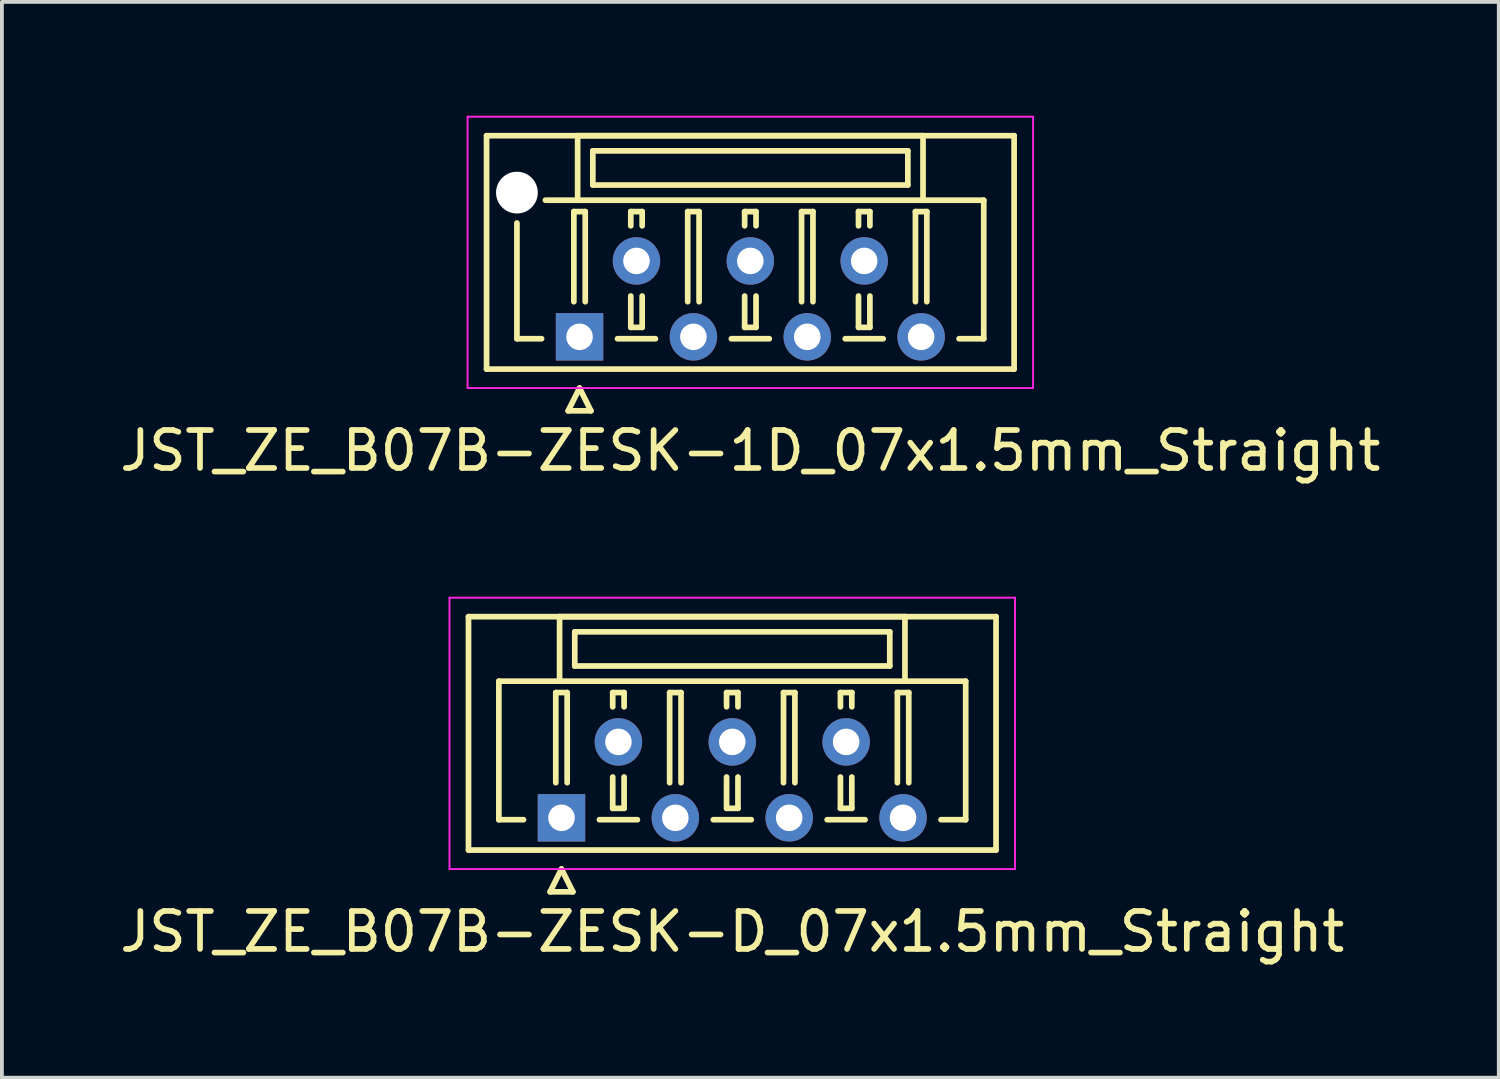
<source format=kicad_pcb>
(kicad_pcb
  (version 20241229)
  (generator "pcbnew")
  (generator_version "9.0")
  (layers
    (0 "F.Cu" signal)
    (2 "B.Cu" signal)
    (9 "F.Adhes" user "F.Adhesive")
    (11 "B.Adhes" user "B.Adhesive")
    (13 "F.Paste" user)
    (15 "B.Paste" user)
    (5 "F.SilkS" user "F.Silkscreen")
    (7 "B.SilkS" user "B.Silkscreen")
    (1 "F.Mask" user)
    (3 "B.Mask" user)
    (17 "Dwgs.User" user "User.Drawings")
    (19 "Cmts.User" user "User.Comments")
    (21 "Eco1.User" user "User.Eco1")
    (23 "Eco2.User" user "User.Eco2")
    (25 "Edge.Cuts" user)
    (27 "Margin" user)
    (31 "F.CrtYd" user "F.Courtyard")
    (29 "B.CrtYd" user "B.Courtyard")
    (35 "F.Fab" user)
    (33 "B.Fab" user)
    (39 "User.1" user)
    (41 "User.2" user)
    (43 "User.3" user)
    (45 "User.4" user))
  (footprint "JST_ZE_B07B-ZESK-D_07x1.5mm_Straight"
    (layer "F.Cu")
    (at 11.744 18.498)
    (property "Reference" "JST_ZE_B07B-ZESK-D_07x1.5mm_Straight" (at 4.5 3 0) (layer "F.SilkS") (effects (font (size 1 1) (thickness 0.15))))
    (attr through_hole)
    (fp_line (start -2.45 -5.3) (end -2.45 0.85) (stroke (width 0.15) (type solid)) (layer "F.SilkS"))
    (fp_line (start -2.45 0.85) (end 11.45 0.85) (stroke (width 0.15) (type solid)) (layer "F.SilkS"))
    (fp_line (start -1.65 -3.6) (end -1.65 0.05) (stroke (width 0.15) (type solid)) (layer "F.SilkS"))
    (fp_line (start -1.65 0.05) (end -1 0.05) (stroke (width 0.15) (type solid)) (layer "F.SilkS"))
    (fp_line (start -0.3 1.95) (end 0 1.35) (stroke (width 0.15) (type solid)) (layer "F.SilkS"))
    (fp_line (start -0.15 -3.3) (end 0.15 -3.3) (stroke (width 0.15) (type solid)) (layer "F.SilkS"))
    (fp_line (start -0.15 -0.925) (end -0.15 -3.3) (stroke (width 0.15) (type solid)) (layer "F.SilkS"))
    (fp_line (start -0.05 -5.3) (end -0.05 -3.6) (stroke (width 0.15) (type solid)) (layer "F.SilkS"))
    (fp_line (start -0.05 -3.6) (end -1.65 -3.6) (stroke (width 0.15) (type solid)) (layer "F.SilkS"))
    (fp_line (start -0.05 -3.6) (end 9.05 -3.6) (stroke (width 0.15) (type solid)) (layer "F.SilkS"))
    (fp_line (start 0 1.35) (end 0.3 1.95) (stroke (width 0.15) (type solid)) (layer "F.SilkS"))
    (fp_line (start 0.15 -3.3) (end 0.15 -0.925) (stroke (width 0.15) (type solid)) (layer "F.SilkS"))
    (fp_line (start 0.3 1.95) (end -0.3 1.95) (stroke (width 0.15) (type solid)) (layer "F.SilkS"))
    (fp_line (start 0.35 -4.9) (end 0.35 -4) (stroke (width 0.15) (type solid)) (layer "F.SilkS"))
    (fp_line (start 0.35 -4) (end 8.65 -4) (stroke (width 0.15) (type solid)) (layer "F.SilkS"))
    (fp_line (start 1 0.05) (end 2 0.05) (stroke (width 0.15) (type solid)) (layer "F.SilkS"))
    (fp_line (start 1.35 -3.3) (end 1.65 -3.3) (stroke (width 0.15) (type solid)) (layer "F.SilkS"))
    (fp_line (start 1.35 -2.925) (end 1.35 -3.3) (stroke (width 0.15) (type solid)) (layer "F.SilkS"))
    (fp_line (start 1.35 -1.075) (end 1.35 -0.25) (stroke (width 0.15) (type solid)) (layer "F.SilkS"))
    (fp_line (start 1.35 -0.25) (end 1.65 -0.25) (stroke (width 0.15) (type solid)) (layer "F.SilkS"))
    (fp_line (start 1.65 -3.3) (end 1.65 -2.925) (stroke (width 0.15) (type solid)) (layer "F.SilkS"))
    (fp_line (start 1.65 -0.25) (end 1.65 -1.075) (stroke (width 0.15) (type solid)) (layer "F.SilkS"))
    (fp_line (start 2.85 -3.3) (end 3.15 -3.3) (stroke (width 0.15) (type solid)) (layer "F.SilkS"))
    (fp_line (start 2.85 -0.925) (end 2.85 -3.3) (stroke (width 0.15) (type solid)) (layer "F.SilkS"))
    (fp_line (start 3.15 -3.3) (end 3.15 -0.925) (stroke (width 0.15) (type solid)) (layer "F.SilkS"))
    (fp_line (start 4 0.05) (end 5 0.05) (stroke (width 0.15) (type solid)) (layer "F.SilkS"))
    (fp_line (start 4.35 -3.3) (end 4.65 -3.3) (stroke (width 0.15) (type solid)) (layer "F.SilkS"))
    (fp_line (start 4.35 -2.925) (end 4.35 -3.3) (stroke (width 0.15) (type solid)) (layer "F.SilkS"))
    (fp_line (start 4.35 -1.075) (end 4.35 -0.25) (stroke (width 0.15) (type solid)) (layer "F.SilkS"))
    (fp_line (start 4.35 -0.25) (end 4.65 -0.25) (stroke (width 0.15) (type solid)) (layer "F.SilkS"))
    (fp_line (start 4.65 -3.3) (end 4.65 -2.925) (stroke (width 0.15) (type solid)) (layer "F.SilkS"))
    (fp_line (start 4.65 -0.25) (end 4.65 -1.075) (stroke (width 0.15) (type solid)) (layer "F.SilkS"))
    (fp_line (start 5.85 -3.3) (end 6.15 -3.3) (stroke (width 0.15) (type solid)) (layer "F.SilkS"))
    (fp_line (start 5.85 -0.925) (end 5.85 -3.3) (stroke (width 0.15) (type solid)) (layer "F.SilkS"))
    (fp_line (start 6.15 -3.3) (end 6.15 -0.925) (stroke (width 0.15) (type solid)) (layer "F.SilkS"))
    (fp_line (start 7 0.05) (end 8 0.05) (stroke (width 0.15) (type solid)) (layer "F.SilkS"))
    (fp_line (start 7.35 -3.3) (end 7.65 -3.3) (stroke (width 0.15) (type solid)) (layer "F.SilkS"))
    (fp_line (start 7.35 -2.925) (end 7.35 -3.3) (stroke (width 0.15) (type solid)) (layer "F.SilkS"))
    (fp_line (start 7.35 -1.075) (end 7.35 -0.25) (stroke (width 0.15) (type solid)) (layer "F.SilkS"))
    (fp_line (start 7.35 -0.25) (end 7.65 -0.25) (stroke (width 0.15) (type solid)) (layer "F.SilkS"))
    (fp_line (start 7.65 -3.3) (end 7.65 -2.925) (stroke (width 0.15) (type solid)) (layer "F.SilkS"))
    (fp_line (start 7.65 -0.25) (end 7.65 -1.075) (stroke (width 0.15) (type solid)) (layer "F.SilkS"))
    (fp_line (start 8.65 -4.9) (end 0.35 -4.9) (stroke (width 0.15) (type solid)) (layer "F.SilkS"))
    (fp_line (start 8.65 -4) (end 8.65 -4.9) (stroke (width 0.15) (type solid)) (layer "F.SilkS"))
    (fp_line (start 8.85 -3.3) (end 9.15 -3.3) (stroke (width 0.15) (type solid)) (layer "F.SilkS"))
    (fp_line (start 8.85 -0.925) (end 8.85 -3.3) (stroke (width 0.15) (type solid)) (layer "F.SilkS"))
    (fp_line (start 9.05 -5.3) (end -0.05 -5.3) (stroke (width 0.15) (type solid)) (layer "F.SilkS"))
    (fp_line (start 9.05 -3.6) (end 9.05 -5.3) (stroke (width 0.15) (type solid)) (layer "F.SilkS"))
    (fp_line (start 9.05 -3.6) (end 10.65 -3.6) (stroke (width 0.15) (type solid)) (layer "F.SilkS"))
    (fp_line (start 9.15 -3.3) (end 9.15 -0.925) (stroke (width 0.15) (type solid)) (layer "F.SilkS"))
    (fp_line (start 10.65 -3.6) (end 10.65 0.05) (stroke (width 0.15) (type solid)) (layer "F.SilkS"))
    (fp_line (start 10.65 0.05) (end 10 0.05) (stroke (width 0.15) (type solid)) (layer "F.SilkS"))
    (fp_line (start 11.45 -5.3) (end -2.45 -5.3) (stroke (width 0.15) (type solid)) (layer "F.SilkS"))
    (fp_line (start 11.45 0.85) (end 11.45 -5.3) (stroke (width 0.15) (type solid)) (layer "F.SilkS"))
    (fp_line (start -2.95 -5.8) (end -2.95 1.35) (stroke (width 0.05) (type solid)) (layer "F.CrtYd"))
    (fp_line (start -2.95 1.35) (end 11.95 1.35) (stroke (width 0.05) (type solid)) (layer "F.CrtYd"))
    (fp_line (start 11.95 -5.8) (end -2.95 -5.8) (stroke (width 0.05) (type solid)) (layer "F.CrtYd"))
    (fp_line (start 11.95 1.35) (end 11.95 -5.8) (stroke (width 0.05) (type solid)) (layer "F.CrtYd"))
    (pad "1" thru_hole rect (at 0 0) (size 1.25 1.25) (drill 0.7) (layers "*.Cu" "*.Mask"))
    (pad "2" thru_hole circle (at 1.5 -2) (size 1.25 1.25) (drill 0.7) (layers "*.Cu" "*.Mask"))
    (pad "3" thru_hole circle (at 3 0) (size 1.25 1.25) (drill 0.7) (layers "*.Cu" "*.Mask"))
    (pad "4" thru_hole circle (at 4.5 -2) (size 1.25 1.25) (drill 0.7) (layers "*.Cu" "*.Mask"))
    (pad "5" thru_hole circle (at 6 0) (size 1.25 1.25) (drill 0.7) (layers "*.Cu" "*.Mask"))
    (pad "6" thru_hole circle (at 7.5 -2) (size 1.25 1.25) (drill 0.7) (layers "*.Cu" "*.Mask"))
    (pad "7" thru_hole circle (at 9 0) (size 1.25 1.25) (drill 0.7) (layers "*.Cu" "*.Mask")))
  (footprint "JST_ZE_B07B-ZESK-1D_07x1.5mm_Straight"
    (layer "F.Cu")
    (at 12.22 5.825)
    (property "Reference" "JST_ZE_B07B-ZESK-1D_07x1.5mm_Straight" (at 4.5 3 0) (layer "F.SilkS") (effects (font (size 1 1) (thickness 0.15))))
    (attr through_hole)
    (fp_line (start -2.45 -5.3) (end -2.45 0.85) (stroke (width 0.15) (type solid)) (layer "F.SilkS"))
    (fp_line (start -2.45 0.85) (end 11.45 0.85) (stroke (width 0.15) (type solid)) (layer "F.SilkS"))
    (fp_line (start -1.65 -3) (end -1.65 0.05) (stroke (width 0.15) (type solid)) (layer "F.SilkS"))
    (fp_line (start -1.65 0.05) (end -1 0.05) (stroke (width 0.15) (type solid)) (layer "F.SilkS"))
    (fp_line (start -0.3 1.95) (end 0 1.35) (stroke (width 0.15) (type solid)) (layer "F.SilkS"))
    (fp_line (start -0.15 -3.3) (end 0.15 -3.3) (stroke (width 0.15) (type solid)) (layer "F.SilkS"))
    (fp_line (start -0.15 -0.925) (end -0.15 -3.3) (stroke (width 0.15) (type solid)) (layer "F.SilkS"))
    (fp_line (start -0.05 -5.3) (end -0.05 -3.6) (stroke (width 0.15) (type solid)) (layer "F.SilkS"))
    (fp_line (start -0.05 -3.6) (end -0.9 -3.6) (stroke (width 0.15) (type solid)) (layer "F.SilkS"))
    (fp_line (start -0.05 -3.6) (end 9.05 -3.6) (stroke (width 0.15) (type solid)) (layer "F.SilkS"))
    (fp_line (start 0 1.35) (end 0.3 1.95) (stroke (width 0.15) (type solid)) (layer "F.SilkS"))
    (fp_line (start 0.15 -3.3) (end 0.15 -0.925) (stroke (width 0.15) (type solid)) (layer "F.SilkS"))
    (fp_line (start 0.3 1.95) (end -0.3 1.95) (stroke (width 0.15) (type solid)) (layer "F.SilkS"))
    (fp_line (start 0.35 -4.9) (end 0.35 -4) (stroke (width 0.15) (type solid)) (layer "F.SilkS"))
    (fp_line (start 0.35 -4) (end 8.65 -4) (stroke (width 0.15) (type solid)) (layer "F.SilkS"))
    (fp_line (start 1 0.05) (end 2 0.05) (stroke (width 0.15) (type solid)) (layer "F.SilkS"))
    (fp_line (start 1.35 -3.3) (end 1.65 -3.3) (stroke (width 0.15) (type solid)) (layer "F.SilkS"))
    (fp_line (start 1.35 -2.925) (end 1.35 -3.3) (stroke (width 0.15) (type solid)) (layer "F.SilkS"))
    (fp_line (start 1.35 -1.075) (end 1.35 -0.25) (stroke (width 0.15) (type solid)) (layer "F.SilkS"))
    (fp_line (start 1.35 -0.25) (end 1.65 -0.25) (stroke (width 0.15) (type solid)) (layer "F.SilkS"))
    (fp_line (start 1.65 -3.3) (end 1.65 -2.925) (stroke (width 0.15) (type solid)) (layer "F.SilkS"))
    (fp_line (start 1.65 -0.25) (end 1.65 -1.075) (stroke (width 0.15) (type solid)) (layer "F.SilkS"))
    (fp_line (start 2.85 -3.3) (end 3.15 -3.3) (stroke (width 0.15) (type solid)) (layer "F.SilkS"))
    (fp_line (start 2.85 -0.925) (end 2.85 -3.3) (stroke (width 0.15) (type solid)) (layer "F.SilkS"))
    (fp_line (start 3.15 -3.3) (end 3.15 -0.925) (stroke (width 0.15) (type solid)) (layer "F.SilkS"))
    (fp_line (start 4 0.05) (end 5 0.05) (stroke (width 0.15) (type solid)) (layer "F.SilkS"))
    (fp_line (start 4.35 -3.3) (end 4.65 -3.3) (stroke (width 0.15) (type solid)) (layer "F.SilkS"))
    (fp_line (start 4.35 -2.925) (end 4.35 -3.3) (stroke (width 0.15) (type solid)) (layer "F.SilkS"))
    (fp_line (start 4.35 -1.075) (end 4.35 -0.25) (stroke (width 0.15) (type solid)) (layer "F.SilkS"))
    (fp_line (start 4.35 -0.25) (end 4.65 -0.25) (stroke (width 0.15) (type solid)) (layer "F.SilkS"))
    (fp_line (start 4.65 -3.3) (end 4.65 -2.925) (stroke (width 0.15) (type solid)) (layer "F.SilkS"))
    (fp_line (start 4.65 -0.25) (end 4.65 -1.075) (stroke (width 0.15) (type solid)) (layer "F.SilkS"))
    (fp_line (start 5.85 -3.3) (end 6.15 -3.3) (stroke (width 0.15) (type solid)) (layer "F.SilkS"))
    (fp_line (start 5.85 -0.925) (end 5.85 -3.3) (stroke (width 0.15) (type solid)) (layer "F.SilkS"))
    (fp_line (start 6.15 -3.3) (end 6.15 -0.925) (stroke (width 0.15) (type solid)) (layer "F.SilkS"))
    (fp_line (start 7 0.05) (end 8 0.05) (stroke (width 0.15) (type solid)) (layer "F.SilkS"))
    (fp_line (start 7.35 -3.3) (end 7.65 -3.3) (stroke (width 0.15) (type solid)) (layer "F.SilkS"))
    (fp_line (start 7.35 -2.925) (end 7.35 -3.3) (stroke (width 0.15) (type solid)) (layer "F.SilkS"))
    (fp_line (start 7.35 -1.075) (end 7.35 -0.25) (stroke (width 0.15) (type solid)) (layer "F.SilkS"))
    (fp_line (start 7.35 -0.25) (end 7.65 -0.25) (stroke (width 0.15) (type solid)) (layer "F.SilkS"))
    (fp_line (start 7.65 -3.3) (end 7.65 -2.925) (stroke (width 0.15) (type solid)) (layer "F.SilkS"))
    (fp_line (start 7.65 -0.25) (end 7.65 -1.075) (stroke (width 0.15) (type solid)) (layer "F.SilkS"))
    (fp_line (start 8.65 -4.9) (end 0.35 -4.9) (stroke (width 0.15) (type solid)) (layer "F.SilkS"))
    (fp_line (start 8.65 -4) (end 8.65 -4.9) (stroke (width 0.15) (type solid)) (layer "F.SilkS"))
    (fp_line (start 8.85 -3.3) (end 9.15 -3.3) (stroke (width 0.15) (type solid)) (layer "F.SilkS"))
    (fp_line (start 8.85 -0.925) (end 8.85 -3.3) (stroke (width 0.15) (type solid)) (layer "F.SilkS"))
    (fp_line (start 9.05 -5.3) (end -0.05 -5.3) (stroke (width 0.15) (type solid)) (layer "F.SilkS"))
    (fp_line (start 9.05 -3.6) (end 9.05 -5.3) (stroke (width 0.15) (type solid)) (layer "F.SilkS"))
    (fp_line (start 9.05 -3.6) (end 10.65 -3.6) (stroke (width 0.15) (type solid)) (layer "F.SilkS"))
    (fp_line (start 9.15 -3.3) (end 9.15 -0.925) (stroke (width 0.15) (type solid)) (layer "F.SilkS"))
    (fp_line (start 10.65 -3.6) (end 10.65 0.05) (stroke (width 0.15) (type solid)) (layer "F.SilkS"))
    (fp_line (start 10.65 0.05) (end 10 0.05) (stroke (width 0.15) (type solid)) (layer "F.SilkS"))
    (fp_line (start 11.45 -5.3) (end -2.45 -5.3) (stroke (width 0.15) (type solid)) (layer "F.SilkS"))
    (fp_line (start 11.45 0.85) (end 11.45 -5.3) (stroke (width 0.15) (type solid)) (layer "F.SilkS"))
    (fp_line (start -2.95 -5.8) (end -2.95 1.35) (stroke (width 0.05) (type solid)) (layer "F.CrtYd"))
    (fp_line (start -2.95 1.35) (end 11.95 1.35) (stroke (width 0.05) (type solid)) (layer "F.CrtYd"))
    (fp_line (start 11.95 -5.8) (end -2.95 -5.8) (stroke (width 0.05) (type solid)) (layer "F.CrtYd"))
    (fp_line (start 11.95 1.35) (end 11.95 -5.8) (stroke (width 0.05) (type solid)) (layer "F.CrtYd"))
    (pad "" np_thru_hole circle (at -1.65 -3.8) (size 1.1 1.1) (drill 1.1) (layers "*.Cu"))
    (pad "1" thru_hole rect (at 0 0) (size 1.25 1.25) (drill 0.7) (layers "*.Cu" "*.Mask"))
    (pad "2" thru_hole circle (at 1.5 -2) (size 1.25 1.25) (drill 0.7) (layers "*.Cu" "*.Mask"))
    (pad "3" thru_hole circle (at 3 0) (size 1.25 1.25) (drill 0.7) (layers "*.Cu" "*.Mask"))
    (pad "4" thru_hole circle (at 4.5 -2) (size 1.25 1.25) (drill 0.7) (layers "*.Cu" "*.Mask"))
    (pad "5" thru_hole circle (at 6 0) (size 1.25 1.25) (drill 0.7) (layers "*.Cu" "*.Mask"))
    (pad "6" thru_hole circle (at 7.5 -2) (size 1.25 1.25) (drill 0.7) (layers "*.Cu" "*.Mask"))
    (pad "7" thru_hole circle (at 9 0) (size 1.25 1.25) (drill 0.7) (layers "*.Cu" "*.Mask")))
  (gr_rect
    (start -3 -3)
    (end 36.44 25.346)
    (stroke (width 0.1) (type default))
    (fill no)
    (layer "Edge.Cuts")))
</source>
